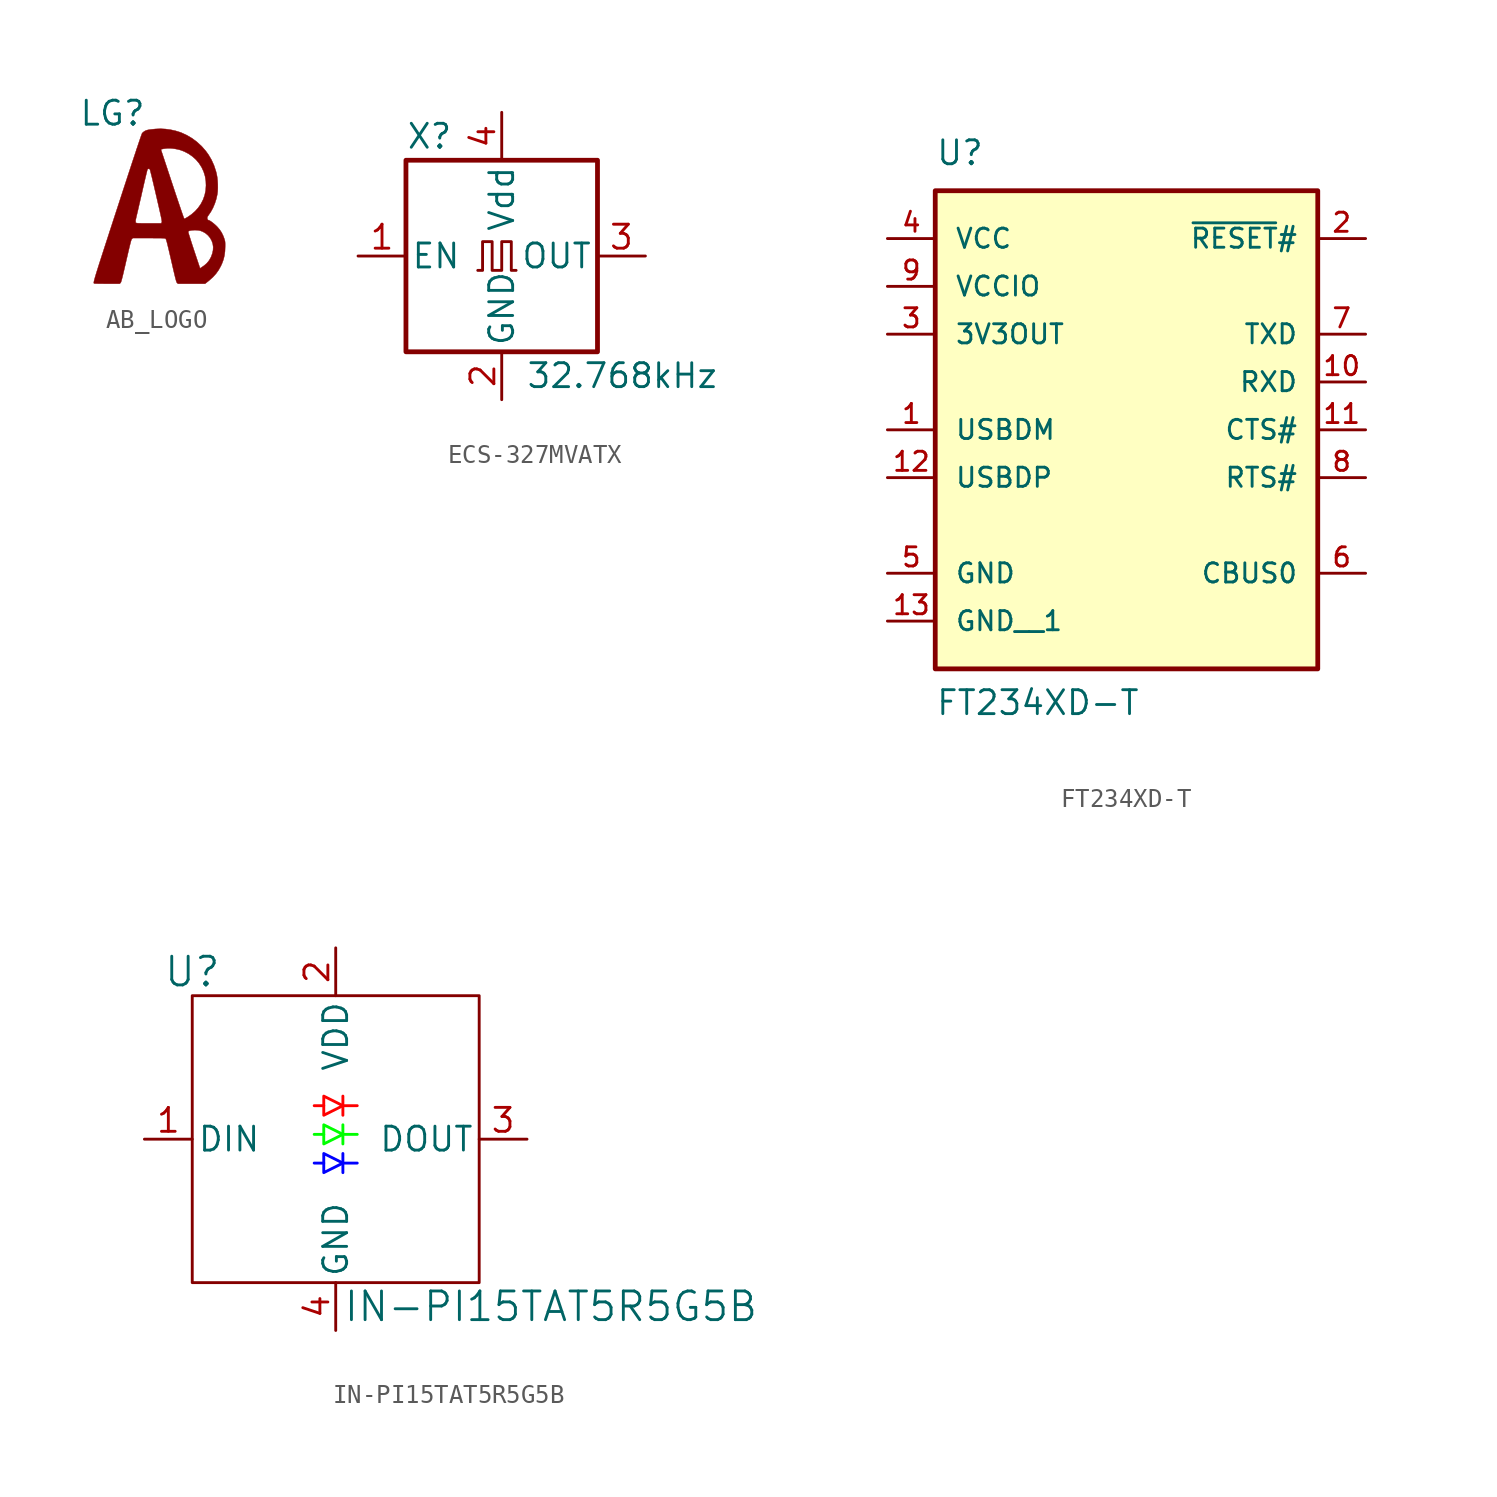
<source format=kicad_sym>
(kicad_symbol_lib
  (version 20220914)
  (generator kicad_symbol_editor)
  (symbol "AB_LOGO"
    (property "Reference" "LG"
      (at 0 0 0)
      (effects (font (size 1.27 1.27))))
    (property "Value" ""
      (at 0 0 0)
      (effects (font (size 1.27 1.27))))
    (symbol "AB_LOGO_0_0"
      (polyline (pts (xy 5.08 -8.89) (xy 5.124 -8.854) (xy 5.317 -8.682) (xy 5.48 -8.502) (xy 5.618 -8.309) (xy 5.737 -8.096) (xy 5.804 -7.949) (xy 5.878 -7.745) (xy 5.928 -7.534) (xy 5.957 -7.308) (xy 5.967 -7.059) (xy 5.967 -7.016) (xy 5.967 -6.92) (xy 5.964 -6.848) (xy 5.958 -6.791) (xy 5.948 -6.739) (xy 5.931 -6.683) (xy 5.908 -6.614) (xy 5.865 -6.498) (xy 5.78 -6.323) (xy 5.675 -6.164) (xy 5.543 -6.01) (xy 5.49 -5.957) (xy 5.414 -5.888) (xy 5.334 -5.821) (xy 5.256 -5.761) (xy 5.186 -5.713) (xy 5.13 -5.68) (xy 5.093 -5.668) (xy 5.091 -5.668) (xy 5.053 -5.65) (xy 5.025 -5.608) (xy 5.014 -5.551) (xy 5.015 -5.534) (xy 5.036 -5.474) (xy 5.084 -5.403) (xy 5.205 -5.226) (xy 5.321 -5.013) (xy 5.419 -4.781) (xy 5.497 -4.537) (xy 5.551 -4.29) (xy 5.569 -4.144) (xy 5.577 -3.962) (xy 5.576 -3.767) (xy 5.565 -3.572) (xy 5.545 -3.387) (xy 5.515 -3.224) (xy 5.48 -3.083) (xy 5.376 -2.766) (xy 5.243 -2.47) (xy 5.082 -2.196) (xy 4.94 -2) (xy 4.724 -1.753) (xy 4.483 -1.53) (xy 4.222 -1.333) (xy 3.942 -1.167) (xy 3.649 -1.032) (xy 3.58 -1.006) (xy 3.334 -0.93) (xy 3.073 -0.873) (xy 2.807 -0.837) (xy 2.547 -0.822) (xy 2.303 -0.832) (xy 2.296 -0.832) (xy 2.146 -0.847) (xy 2.027 -0.86) (xy 1.933 -0.873) (xy 1.86 -0.887) (xy 1.801 -0.903) (xy 1.753 -0.922) (xy 1.709 -0.944) (xy 1.669 -0.97) (xy 1.611 -1.015) (xy 1.57 -1.056) (xy 1.566 -1.063) (xy 1.551 -1.1) (xy 1.526 -1.169) (xy 1.49 -1.269) (xy 1.445 -1.401) (xy 1.389 -1.566) (xy 1.323 -1.763) (xy 1.268 -1.929) (xy 2.565 -1.929) (xy 2.578 -1.915) (xy 2.624 -1.9) (xy 2.698 -1.885) (xy 2.796 -1.871) (xy 2.914 -1.859) (xy 2.932 -1.858) (xy 3.046 -1.858) (xy 3.182 -1.869) (xy 3.326 -1.889) (xy 3.468 -1.917) (xy 3.596 -1.951) (xy 3.799 -2.027) (xy 4.029 -2.147) (xy 4.238 -2.293) (xy 4.425 -2.463) (xy 4.586 -2.654) (xy 4.721 -2.865) (xy 4.826 -3.092) (xy 4.901 -3.334) (xy 4.942 -3.587) (xy 4.952 -3.824) (xy 4.934 -4.089) (xy 4.881 -4.342) (xy 4.795 -4.583) (xy 4.675 -4.815) (xy 4.668 -4.825) (xy 4.535 -5.013) (xy 4.374 -5.191) (xy 4.194 -5.35) (xy 4.003 -5.484) (xy 3.932 -5.526) (xy 3.869 -5.562) (xy 3.822 -5.587) (xy 3.799 -5.596) (xy 3.792 -5.581) (xy 3.773 -5.534) (xy 3.745 -5.456) (xy 3.708 -5.351) (xy 3.663 -5.22) (xy 3.61 -5.066) (xy 3.55 -4.89) (xy 3.484 -4.696) (xy 3.413 -4.484) (xy 3.337 -4.259) (xy 3.258 -4.021) (xy 3.176 -3.773) (xy 3.1 -3.543) (xy 3.021 -3.304) (xy 2.945 -3.076) (xy 2.875 -2.862) (xy 2.809 -2.665) (xy 2.75 -2.486) (xy 2.697 -2.328) (xy 2.653 -2.193) (xy 2.616 -2.083) (xy 2.589 -2.001) (xy 2.572 -1.949) (xy 2.565 -1.93) (xy 2.565 -1.929) (xy 1.268 -1.929) (xy 1.247 -1.992) (xy 1.16 -2.254) (xy 1.062 -2.55) (xy 0.954 -2.878) (xy 0.835 -3.24) (xy 0.706 -3.636) (xy 0.565 -4.066) (xy 0.414 -4.53) (xy 0.252 -5.028) (xy 0.17 -5.279) (xy 0.034 -5.696) (xy 0.018 -5.744) (xy 1.219 -5.744) (xy 1.22 -5.703) (xy 1.229 -5.644) (xy 1.246 -5.563) (xy 1.27 -5.456) (xy 1.303 -5.318) (xy 1.311 -5.284) (xy 1.332 -5.193) (xy 1.36 -5.074) (xy 1.393 -4.93) (xy 1.431 -4.767) (xy 1.472 -4.588) (xy 1.516 -4.399) (xy 1.56 -4.203) (xy 1.605 -4.005) (xy 1.639 -3.858) (xy 1.68 -3.679) (xy 1.719 -3.512) (xy 1.755 -3.361) (xy 1.786 -3.23) (xy 1.813 -3.122) (xy 1.833 -3.039) (xy 1.848 -2.985) (xy 1.855 -2.964) (xy 1.857 -2.962) (xy 1.893 -2.944) (xy 1.94 -2.946) (xy 1.977 -2.968) (xy 1.978 -2.969) (xy 1.987 -2.998) (xy 2.003 -3.059) (xy 2.026 -3.149) (xy 2.055 -3.266) (xy 2.09 -3.406) (xy 2.128 -3.568) (xy 2.171 -3.748) (xy 2.217 -3.943) (xy 2.266 -4.152) (xy 2.316 -4.37) (xy 2.338 -4.462) (xy 2.393 -4.704) (xy 2.442 -4.914) (xy 2.483 -5.094) (xy 2.517 -5.247) (xy 2.546 -5.374) (xy 2.568 -5.479) (xy 2.586 -5.564) (xy 2.599 -5.63) (xy 2.607 -5.681) (xy 2.612 -5.72) (xy 2.614 -5.747) (xy 2.613 -5.766) (xy 2.61 -5.779) (xy 2.605 -5.789) (xy 2.577 -5.832) (xy 1.924 -5.832) (xy 1.877 -5.832) (xy 1.712 -5.832) (xy 1.58 -5.831) (xy 1.476 -5.83) (xy 1.396 -5.828) (xy 1.338 -5.825) (xy 1.296 -5.821) (xy 1.269 -5.816) (xy 1.252 -5.81) (xy 1.241 -5.801) (xy 1.233 -5.793) (xy 1.223 -5.773) (xy 1.219 -5.744) (xy 0.018 -5.744) (xy -0.091 -6.081) (xy -0.152 -6.267) (xy 4.006 -6.267) (xy 4.027 -6.248) (xy 4.082 -6.225) (xy 4.161 -6.208) (xy 4.256 -6.197) (xy 4.36 -6.193) (xy 4.466 -6.196) (xy 4.565 -6.206) (xy 4.652 -6.225) (xy 4.777 -6.272) (xy 4.929 -6.359) (xy 5.06 -6.472) (xy 5.169 -6.604) (xy 5.253 -6.753) (xy 5.309 -6.914) (xy 5.333 -7.082) (xy 5.325 -7.254) (xy 5.29 -7.42) (xy 5.219 -7.617) (xy 5.12 -7.793) (xy 4.996 -7.946) (xy 4.846 -8.074) (xy 4.842 -8.077) (xy 4.779 -8.12) (xy 4.723 -8.159) (xy 4.684 -8.185) (xy 4.636 -8.216) (xy 4.314 -7.252) (xy 4.274 -7.13) (xy 4.217 -6.957) (xy 4.165 -6.796) (xy 4.119 -6.651) (xy 4.079 -6.524) (xy 4.046 -6.42) (xy 4.023 -6.34) (xy 4.009 -6.288) (xy 4.006 -6.267) (xy -0.152 -6.267) (xy -0.206 -6.434) (xy -0.311 -6.758) (xy -0.407 -7.053) (xy -0.494 -7.322) (xy -0.572 -7.564) (xy -0.642 -7.782) (xy -0.705 -7.976) (xy -0.76 -8.149) (xy -0.807 -8.301) (xy -0.849 -8.434) (xy -0.884 -8.549) (xy -0.913 -8.647) (xy -0.937 -8.73) (xy -0.956 -8.8) (xy -0.971 -8.856) (xy -0.981 -8.902) (xy -0.988 -8.937) (xy -0.991 -8.964) (xy -0.992 -8.984) (xy -0.989 -8.998) (xy -0.985 -9.007) (xy -0.979 -9.013) (xy -0.972 -9.017) (xy -0.964 -9.02) (xy -0.942 -9.022) (xy -0.888 -9.024) (xy -0.806 -9.026) (xy -0.7 -9.028) (xy -0.575 -9.029) (xy -0.434 -9.03) (xy -0.282 -9.031) (xy 0.376 -9.032) (xy 0.42 -8.991) (xy 0.42 -8.991) (xy 0.43 -8.979) (xy 0.441 -8.961) (xy 0.452 -8.933) (xy 0.466 -8.892) (xy 0.482 -8.837) (xy 0.501 -8.765) (xy 0.525 -8.673) (xy 0.553 -8.558) (xy 0.586 -8.419) (xy 0.625 -8.251) (xy 0.671 -8.054) (xy 0.724 -7.823) (xy 0.75 -7.709) (xy 0.8 -7.496) (xy 0.842 -7.314) (xy 0.878 -7.161) (xy 0.908 -7.035) (xy 0.934 -6.932) (xy 0.955 -6.851) (xy 0.972 -6.787) (xy 0.987 -6.74) (xy 1 -6.705) (xy 1.01 -6.681) (xy 1.021 -6.666) (xy 1.031 -6.655) (xy 1.078 -6.614) (xy 1.923 -6.614) (xy 2.091 -6.614) (xy 2.262 -6.615) (xy 2.402 -6.615) (xy 2.514 -6.617) (xy 2.603 -6.618) (xy 2.671 -6.621) (xy 2.721 -6.624) (xy 2.757 -6.628) (xy 2.782 -6.633) (xy 2.798 -6.639) (xy 2.81 -6.647) (xy 2.82 -6.657) (xy 2.829 -6.674) (xy 2.841 -6.701) (xy 2.854 -6.741) (xy 2.87 -6.796) (xy 2.89 -6.868) (xy 2.913 -6.96) (xy 2.941 -7.076) (xy 2.975 -7.216) (xy 3.014 -7.384) (xy 3.061 -7.583) (xy 3.114 -7.815) (xy 3.147 -7.955) (xy 3.195 -8.166) (xy 3.237 -8.345) (xy 3.272 -8.495) (xy 3.302 -8.619) (xy 3.327 -8.72) (xy 3.348 -8.8) (xy 3.365 -8.862) (xy 3.38 -8.908) (xy 3.392 -8.942) (xy 3.403 -8.965) (xy 3.413 -8.981) (xy 3.423 -8.991) (xy 3.471 -9.032) (xy 4.186 -9.032) (xy 4.901 -9.032) (xy 5.08 -8.89)) (stroke (width 0.01) (type default)) (fill (type outline)))))
  (symbol "ECS-327MVATX"
    (pin_names
      (offset 0.254))
    (property "Reference" "X"
      (at -5.08 6.35 0)
      (effects (font (size 1.27 1.27)) (justify left)))
    (property "Value" "32.768kHz"
      (at 1.27 -6.35 0)
      (effects (font (size 1.27 1.27)) (justify left)))
    (symbol "ECS-327MVATX_0_1"
      (polyline (pts (xy -1.27 -0.762) (xy -1.016 -0.762) (xy -1.016 0.762) (xy -0.508 0.762) (xy -0.508 -0.762) (xy 0 -0.762) (xy 0 0.762) (xy 0.508 0.762) (xy 0.508 -0.762) (xy 0.762 -0.762)) (stroke (width 0) (type default)) (fill (type none))))
    (symbol "ECS-327MVATX_1_1"
      (rectangle (start -5.08 5.08) (end 5.08 -5.08) (stroke (width 0.254) (type default)) (fill (type none)))
      (pin input line (at -7.62 0 0) (length 2.54) (name "EN" (effects (font (size 1.27 1.27)))) (number "1" (effects (font (size 1.27 1.27)))))
      (pin power_in line (at 0 -7.62 90) (length 2.54) (name "GND" (effects (font (size 1.27 1.27)))) (number "2" (effects (font (size 1.27 1.27)))))
      (pin output line (at 7.62 0 180) (length 2.54) (name "OUT" (effects (font (size 1.27 1.27)))) (number "3" (effects (font (size 1.27 1.27)))))
      (pin power_in line (at 0 7.62 270) (length 2.54) (name "Vdd" (effects (font (size 1.27 1.27)))) (number "4" (effects (font (size 1.27 1.27)))))))
  (symbol "FT234XD-T"
    (pin_names
      (offset 1.016))
    (property "Reference" "U"
      (at -10.16 13.97 0)
      (effects (font (size 1.27 1.27)) (justify left bottom)))
    (property "Value" "FT234XD-T"
      (at -10.16 -15.24 0)
      (effects (font (size 1.27 1.27)) (justify left bottom)))
    (symbol "FT234XD-T_0_0"
      (rectangle (start -10.16 12.7) (end 10.16 -12.7) (stroke (width 0.254) (type default)) (fill (type background)))
      (pin bidirectional line (at -12.7 0 0) (length 2.54) (name "USBDM" (effects (font (size 1.016 1.016)))) (number "1" (effects (font (size 1.016 1.016)))))
      (pin input line (at 12.7 2.54 180) (length 2.54) (name "RXD" (effects (font (size 1.016 1.016)))) (number "10" (effects (font (size 1.016 1.016)))))
      (pin input line (at 12.7 0 180) (length 2.54) (name "CTS#" (effects (font (size 1.016 1.016)))) (number "11" (effects (font (size 1.016 1.016)))))
      (pin bidirectional line (at -12.7 -2.54 0) (length 2.54) (name "USBDP" (effects (font (size 1.016 1.016)))) (number "12" (effects (font (size 1.016 1.016)))))
      (pin power_in line (at -12.7 -10.16 0) (length 2.54) (name "GND__1" (effects (font (size 1.016 1.016)))) (number "13" (effects (font (size 1.016 1.016)))))
      (pin input line (at 12.7 10.16 180) (length 2.54) (name "~{RESET}#" (effects (font (size 1.016 1.016)))) (number "2" (effects (font (size 1.016 1.016)))))
      (pin power_in line (at -12.7 5.08 0) (length 2.54) (name "3V3OUT" (effects (font (size 1.016 1.016)))) (number "3" (effects (font (size 1.016 1.016)))))
      (pin power_in line (at -12.7 10.16 0) (length 2.54) (name "VCC" (effects (font (size 1.016 1.016)))) (number "4" (effects (font (size 1.016 1.016)))))
      (pin power_in line (at -12.7 -7.62 0) (length 2.54) (name "GND" (effects (font (size 1.016 1.016)))) (number "5" (effects (font (size 1.016 1.016)))))
      (pin bidirectional line (at 12.7 -7.62 180) (length 2.54) (name "CBUS0" (effects (font (size 1.016 1.016)))) (number "6" (effects (font (size 1.016 1.016)))))
      (pin output line (at 12.7 5.08 180) (length 2.54) (name "TXD" (effects (font (size 1.016 1.016)))) (number "7" (effects (font (size 1.016 1.016)))))
      (pin output line (at 12.7 -2.54 180) (length 2.54) (name "RTS#" (effects (font (size 1.016 1.016)))) (number "8" (effects (font (size 1.016 1.016)))))
      (pin power_in line (at -12.7 7.62 0) (length 2.54) (name "VCCIO" (effects (font (size 1.016 1.016)))) (number "9" (effects (font (size 1.016 1.016)))))))
  (symbol "IN-PI15TAT5R5G5B"
    (pin_names
      (offset 0.254))
    (property "Reference" "U"
      (at 2.54 8.89 0)
      (effects (font (size 1.524 1.524))))
    (property "Value" "IN-PI15TAT5R5G5B"
      (at 21.59 -8.89 0)
      (effects (font (size 1.524 1.524))))
    (symbol "IN-PI15TAT5R5G5B_0_1"
      (rectangle (start 2.54 7.62) (end 17.78 -7.62) (stroke (width 0) (type default)) (fill (type none))))
    (symbol "IN-PI15TAT5R5G5B_1_1"
      (polyline (pts (xy 9.525 -1.27) (xy 9.017 -1.27)) (stroke (width 0) (type default) (color 0 0 255 1)) (fill (type none)))
      (polyline (pts (xy 9.525 0.254) (xy 9.017 0.254)) (stroke (width 0) (type default) (color 0 255 0 1)) (fill (type none)))
      (polyline (pts (xy 9.525 1.778) (xy 9.017 1.778)) (stroke (width 0) (type default) (color 255 0 0 1)) (fill (type none)))
      (polyline (pts (xy 10.541 -1.27) (xy 11.303 -1.27)) (stroke (width 0) (type default) (color 0 0 255 1)) (fill (type none)))
      (polyline (pts (xy 10.541 -0.762) (xy 10.541 -1.778)) (stroke (width 0) (type default) (color 0 0 255 1)) (fill (type none)))
      (polyline (pts (xy 10.541 0.254) (xy 11.303 0.254)) (stroke (width 0) (type default) (color 0 255 0 1)) (fill (type none)))
      (polyline (pts (xy 10.541 0.762) (xy 10.541 -0.254)) (stroke (width 0) (type default) (color 0 255 0 1)) (fill (type none)))
      (polyline (pts (xy 10.541 1.778) (xy 11.303 1.778)) (stroke (width 0) (type default) (color 255 0 0 1)) (fill (type none)))
      (polyline (pts (xy 10.541 2.286) (xy 10.541 1.27)) (stroke (width 0) (type default) (color 255 0 0 1)) (fill (type none)))
      (polyline (pts (xy 9.525 -0.762) (xy 9.525 -1.778) (xy 10.541 -1.27) (xy 9.525 -0.762)) (stroke (width 0) (type default) (color 0 0 255 1)) (fill (type none)))
      (polyline (pts (xy 9.525 0.762) (xy 9.525 -0.254) (xy 10.541 0.254) (xy 9.525 0.762)) (stroke (width 0) (type default) (color 0 255 0 1)) (fill (type none)))
      (polyline (pts (xy 9.525 2.286) (xy 9.525 1.27) (xy 10.541 1.778) (xy 9.525 2.286)) (stroke (width 0) (type default) (color 255 0 0 1)) (fill (type none)))
      (pin input line (at 0 0 0) (length 2.54) (name "DIN" (effects (font (size 1.27 1.27)))) (number "1" (effects (font (size 1.27 1.27)))))
      (pin power_in line (at 10.16 10.16 270) (length 2.54) (name "VDD" (effects (font (size 1.27 1.27)))) (number "2" (effects (font (size 1.27 1.27)))))
      (pin output line (at 20.32 0 180) (length 2.54) (name "DOUT" (effects (font (size 1.27 1.27)))) (number "3" (effects (font (size 1.27 1.27)))))
      (pin power_in line (at 10.16 -10.16 90) (length 2.54) (name "GND" (effects (font (size 1.27 1.27)))) (number "4" (effects (font (size 1.27 1.27))))))))
</source>
